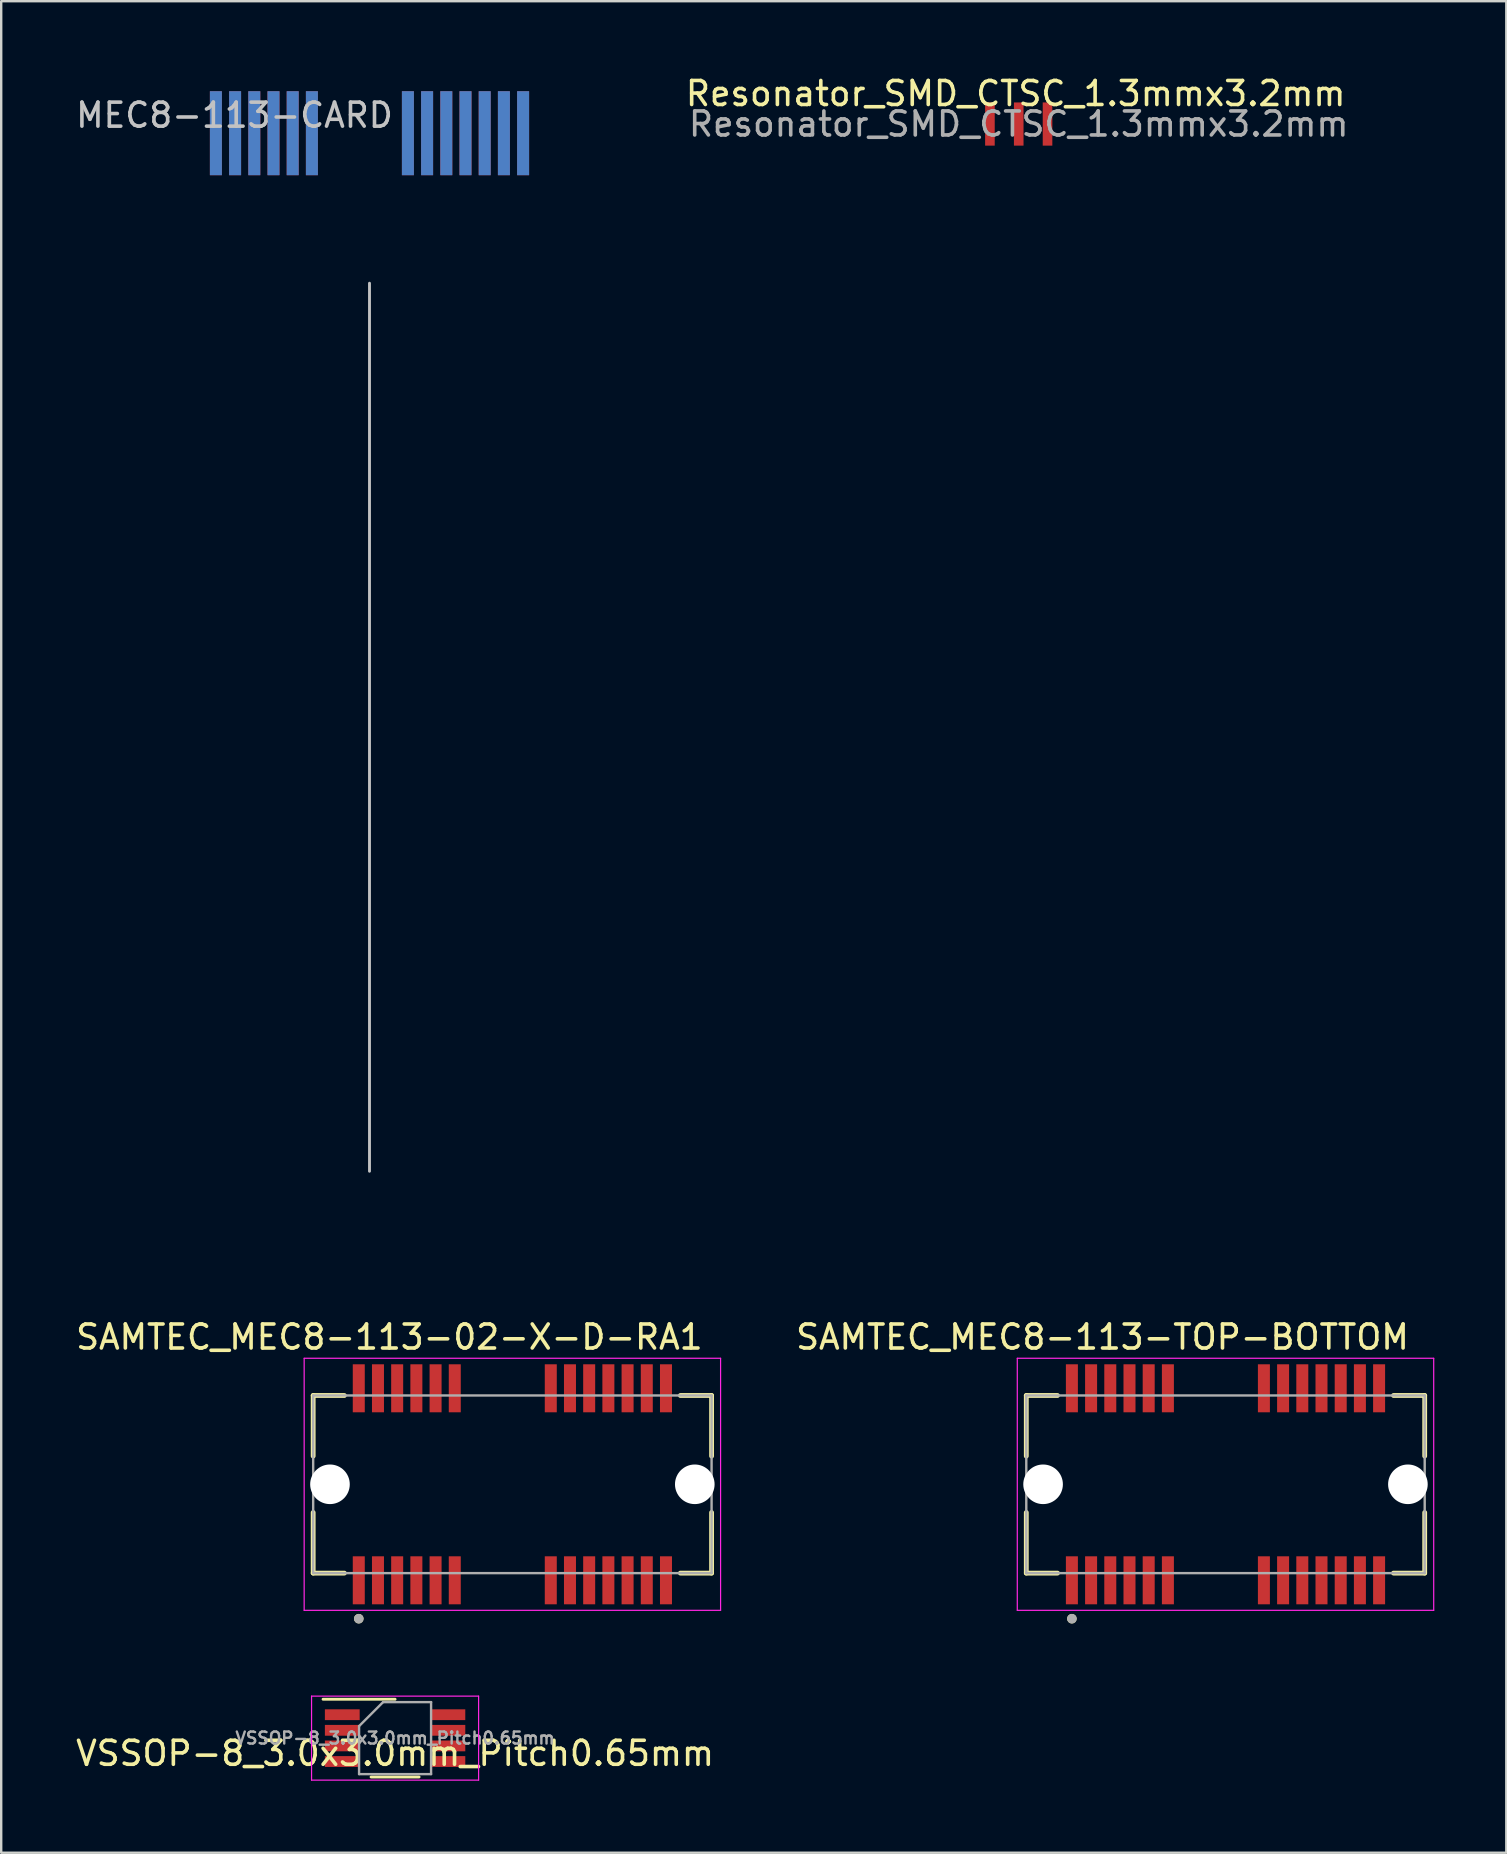
<source format=kicad_pcb>
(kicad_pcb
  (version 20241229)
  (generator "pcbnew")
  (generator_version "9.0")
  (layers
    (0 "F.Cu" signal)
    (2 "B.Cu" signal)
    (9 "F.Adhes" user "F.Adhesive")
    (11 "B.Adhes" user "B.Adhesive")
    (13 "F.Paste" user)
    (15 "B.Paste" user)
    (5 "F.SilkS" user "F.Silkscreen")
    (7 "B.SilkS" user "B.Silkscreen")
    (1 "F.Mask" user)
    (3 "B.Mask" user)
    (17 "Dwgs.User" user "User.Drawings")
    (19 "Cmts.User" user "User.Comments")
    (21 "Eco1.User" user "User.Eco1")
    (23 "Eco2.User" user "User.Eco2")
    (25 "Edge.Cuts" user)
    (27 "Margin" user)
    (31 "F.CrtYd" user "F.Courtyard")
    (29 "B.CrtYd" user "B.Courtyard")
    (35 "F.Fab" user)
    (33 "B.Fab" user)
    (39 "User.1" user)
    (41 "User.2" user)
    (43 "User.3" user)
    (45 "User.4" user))
  (footprint "SAMTEC_MEC8-113-TOP-BOTTOM"
    (layer "F.Cu")
    (at 48.01 58.793)
    (property "Reference" "SAMTEC_MEC8-113-TOP-BOTTOM" (at -5.125 -6.135 0) (layer "F.SilkS") (effects (font (size 1 1) (thickness 0.15))))
    (attr through_hole)
    (fp_line (start -8.3 -3.7) (end -8.3 -1.175) (stroke (width 0.2) (type solid)) (layer "F.SilkS"))
    (fp_line (start -8.3 1.175) (end -8.3 3.7) (stroke (width 0.2) (type solid)) (layer "F.SilkS"))
    (fp_line (start -8.3 3.7) (end -7 3.7) (stroke (width 0.2) (type solid)) (layer "F.SilkS"))
    (fp_line (start -7 -3.7) (end -8.3 -3.7) (stroke (width 0.2) (type solid)) (layer "F.SilkS"))
    (fp_line (start 7 3.7) (end 8.3 3.7) (stroke (width 0.2) (type solid)) (layer "F.SilkS"))
    (fp_line (start 8.3 -3.7) (end 7 -3.7) (stroke (width 0.2) (type solid)) (layer "F.SilkS"))
    (fp_line (start 8.3 -1.175) (end 8.3 -3.7) (stroke (width 0.2) (type solid)) (layer "F.SilkS"))
    (fp_line (start 8.3 3.7) (end 8.3 1.175) (stroke (width 0.2) (type solid)) (layer "F.SilkS"))
    (fp_circle (center -6.4 5.6) (end -6.3 5.6) (stroke (width 0.2) (type solid)) (fill no) (layer "F.SilkS"))
    (fp_line (start -8.675 -5.25) (end -8.675 5.25) (stroke (width 0.05) (type solid)) (layer "F.CrtYd"))
    (fp_line (start -8.675 5.25) (end 8.675 5.25) (stroke (width 0.05) (type solid)) (layer "F.CrtYd"))
    (fp_line (start 8.675 -5.25) (end -8.675 -5.25) (stroke (width 0.05) (type solid)) (layer "F.CrtYd"))
    (fp_line (start 8.675 5.25) (end 8.675 -5.25) (stroke (width 0.05) (type solid)) (layer "F.CrtYd"))
    (fp_line (start -8.3 -3.7) (end -8.3 3.7) (stroke (width 0.1) (type solid)) (layer "F.Fab"))
    (fp_line (start -8.3 3.7) (end 8.3 3.7) (stroke (width 0.1) (type solid)) (layer "F.Fab"))
    (fp_line (start 8.3 -3.7) (end -8.3 -3.7) (stroke (width 0.1) (type solid)) (layer "F.Fab"))
    (fp_line (start 8.3 3.7) (end 8.3 -3.7) (stroke (width 0.1) (type solid)) (layer "F.Fab"))
    (fp_circle (center -6.4 5.6) (end -6.3 5.6) (stroke (width 0.2) (type solid)) (fill no) (layer "F.Fab"))
    (pad "" np_thru_hole circle (at -7.6 0) (size 1.65 1.65) (drill 1.65) (layers "*.Cu" "*.Mask"))
    (pad "" np_thru_hole circle (at 7.6 0) (size 1.65 1.65) (drill 1.65) (layers "*.Cu" "*.Mask"))
    (pad "1" smd rect (at -6.4 4) (size 0.5 2) (layers "F.Cu" "F.Mask" "F.Paste"))
    (pad "2" smd rect (at -5.6 4) (size 0.5 2) (layers "F.Cu" "F.Mask" "F.Paste"))
    (pad "3" smd rect (at -4.8 4) (size 0.5 2) (layers "F.Cu" "F.Mask" "F.Paste"))
    (pad "4" smd rect (at -4 4) (size 0.5 2) (layers "F.Cu" "F.Mask" "F.Paste"))
    (pad "5" smd rect (at -3.2 4) (size 0.5 2) (layers "F.Cu" "F.Mask" "F.Paste"))
    (pad "6" smd rect (at -2.4 4) (size 0.5 2) (layers "F.Cu" "F.Mask" "F.Paste"))
    (pad "7" smd rect (at 1.6 4) (size 0.5 2) (layers "F.Cu" "F.Mask" "F.Paste"))
    (pad "8" smd rect (at 2.4 4) (size 0.5 2) (layers "F.Cu" "F.Mask" "F.Paste"))
    (pad "9" smd rect (at 3.2 4) (size 0.5 2) (layers "F.Cu" "F.Mask" "F.Paste"))
    (pad "10" smd rect (at 4 4) (size 0.5 2) (layers "F.Cu" "F.Mask" "F.Paste"))
    (pad "11" smd rect (at 4.8 4) (size 0.5 2) (layers "F.Cu" "F.Mask" "F.Paste"))
    (pad "12" smd rect (at 5.6 4) (size 0.5 2) (layers "F.Cu" "F.Mask" "F.Paste"))
    (pad "13" smd rect (at 6.4 4) (size 0.5 2) (layers "F.Cu" "F.Mask" "F.Paste"))
    (pad "14" smd rect (at -6.4 -4) (size 0.5 2) (layers "F.Cu" "F.Mask" "F.Paste"))
    (pad "15" smd rect (at -5.6 -4) (size 0.5 2) (layers "F.Cu" "F.Mask" "F.Paste"))
    (pad "16" smd rect (at -4.8 -4) (size 0.5 2) (layers "F.Cu" "F.Mask" "F.Paste"))
    (pad "17" smd rect (at -4 -4) (size 0.5 2) (layers "F.Cu" "F.Mask" "F.Paste"))
    (pad "18" smd rect (at -3.2 -4) (size 0.5 2) (layers "F.Cu" "F.Mask" "F.Paste"))
    (pad "19" smd rect (at -2.4 -4) (size 0.5 2) (layers "F.Cu" "F.Mask" "F.Paste"))
    (pad "20" smd rect (at 1.6 -4) (size 0.5 2) (layers "F.Cu" "F.Mask" "F.Paste"))
    (pad "21" smd rect (at 2.4 -4) (size 0.5 2) (layers "F.Cu" "F.Mask" "F.Paste"))
    (pad "22" smd rect (at 3.2 -4) (size 0.5 2) (layers "F.Cu" "F.Mask" "F.Paste"))
    (pad "23" smd rect (at 4 -4) (size 0.5 2) (layers "F.Cu" "F.Mask" "F.Paste"))
    (pad "24" smd rect (at 4.8 -4) (size 0.5 2) (layers "F.Cu" "F.Mask" "F.Paste"))
    (pad "25" smd rect (at 5.6 -4) (size 0.5 2) (layers "F.Cu" "F.Mask" "F.Paste"))
    (pad "26" smd rect (at 6.4 -4) (size 0.5 2) (layers "F.Cu" "F.Mask" "F.Paste")))
  (footprint "MEC8-113-CARD"
    (layer "F.Cu")
    (at 2.345 0.25)
    (property "Reference" "MEC8-113-CARD" (at 4.375 1.5 0) (layer "Dwgs.User") (effects (font (size 1 1) (thickness 0.15))))
    (attr through_hole)
    (fp_line (start 10 8.5) (end 10 45.5) (stroke (width 0.12) (type solid)) (layer "Dwgs.User"))
    (fp_line (start 0 47.5) (end 0 7.5) (stroke (width 0.12) (type solid)) (layer "Eco2.User"))
    (fp_line (start 1 6.5) (end 1.5 6.5) (stroke (width 0.12) (type solid)) (layer "Eco2.User"))
    (fp_line (start 2.5 0.5) (end 2.5 5.5) (stroke (width 0.12) (type solid)) (layer "Eco2.User"))
    (fp_line (start 3 0) (end 7.9 0) (stroke (width 0.12) (type solid)) (layer "Eco2.User"))
    (fp_line (start 8.4 0.5) (end 8.4 5.5) (stroke (width 0.12) (type solid)) (layer "Eco2.User"))
    (fp_line (start 8.5 48.5) (end 1 48.5) (stroke (width 0.12) (type solid)) (layer "Eco2.User"))
    (fp_line (start 9.4 6.5) (end 9.8 6.5) (stroke (width 0.12) (type solid)) (layer "Eco2.User"))
    (fp_line (start 10.8 5.5) (end 10.8 0.5) (stroke (width 0.12) (type solid)) (layer "Eco2.User"))
    (fp_line (start 11.5 48.5) (end 19 48.5) (stroke (width 0.12) (type solid)) (layer "Eco2.User"))
    (fp_line (start 17 0) (end 11.3 0) (stroke (width 0.12) (type solid)) (layer "Eco2.User"))
    (fp_line (start 17.5 0.5) (end 17.5 5.5) (stroke (width 0.12) (type solid)) (layer "Eco2.User"))
    (fp_line (start 18.5 6.5) (end 19 6.5) (stroke (width 0.12) (type solid)) (layer "Eco2.User"))
    (fp_line (start 20 7.5) (end 20 47.5) (stroke (width 0.12) (type solid)) (layer "Eco2.User"))
    (fp_arc (start 0 7.5) (mid 0.292893 6.792893) (end 1 6.5) (stroke (width 0.12) (type solid)) (layer "Eco2.User"))
    (fp_arc (start 1 48.5) (mid 0.292893 48.207107) (end 0 47.5) (stroke (width 0.12) (type solid)) (layer "Eco2.User"))
    (fp_arc (start 2.5 0.5) (mid 2.646447 0.146447) (end 3 0) (stroke (width 0.12) (type solid)) (layer "Eco2.User"))
    (fp_arc (start 2.5 5.5) (mid 2.207107 6.207107) (end 1.5 6.5) (stroke (width 0.12) (type solid)) (layer "Eco2.User"))
    (fp_arc (start 7.9 0) (mid 8.253553 0.146447) (end 8.4 0.5) (stroke (width 0.12) (type solid)) (layer "Eco2.User"))
    (fp_arc (start 8.5 48.5) (mid 10 47) (end 11.5 48.5) (stroke (width 0.12) (type solid)) (layer "Eco2.User"))
    (fp_arc (start 9.4 6.5) (mid 8.692893 6.207107) (end 8.4 5.5) (stroke (width 0.12) (type solid)) (layer "Eco2.User"))
    (fp_arc (start 10.8 0.5) (mid 10.946447 0.146447) (end 11.3 0) (stroke (width 0.12) (type solid)) (layer "Eco2.User"))
    (fp_arc (start 10.8 5.5) (mid 10.507107 6.207107) (end 9.8 6.5) (stroke (width 0.12) (type solid)) (layer "Eco2.User"))
    (fp_arc (start 17 0) (mid 17.353553 0.146447) (end 17.5 0.5) (stroke (width 0.12) (type solid)) (layer "Eco2.User"))
    (fp_arc (start 18.5 6.5) (mid 17.792893 6.207107) (end 17.5 5.5) (stroke (width 0.12) (type solid)) (layer "Eco2.User"))
    (fp_arc (start 19 6.5) (mid 19.707107 6.792893) (end 20 7.5) (stroke (width 0.12) (type solid)) (layer "Eco2.User"))
    (fp_arc (start 20 47.5) (mid 19.707107 48.207107) (end 19 48.5) (stroke (width 0.12) (type solid)) (layer "Eco2.User"))
    (pad "1" smd rect (at 3.6 2.25) (size 0.5 3.5) (layers "B.Cu" "B.Mask" "B.Paste"))
    (pad "2" smd rect (at 4.4 2.25) (size 0.5 3.5) (layers "B.Cu" "B.Mask" "B.Paste"))
    (pad "3" smd rect (at 5.2 2.25) (size 0.5 3.5) (layers "B.Cu" "B.Mask" "B.Paste"))
    (pad "4" smd rect (at 6 2.25) (size 0.5 3.5) (layers "B.Cu" "B.Mask" "B.Paste"))
    (pad "5" smd rect (at 6.8 2.25) (size 0.5 3.5) (layers "B.Cu" "B.Mask" "B.Paste"))
    (pad "6" smd rect (at 7.6 2.25) (size 0.5 3.5) (layers "B.Cu" "B.Mask" "B.Paste"))
    (pad "7" smd rect (at 11.6 2.25) (size 0.5 3.5) (layers "B.Cu" "B.Mask" "B.Paste"))
    (pad "8" smd rect (at 12.4 2.25) (size 0.5 3.5) (layers "B.Cu" "B.Mask" "B.Paste"))
    (pad "9" smd rect (at 13.2 2.25) (size 0.5 3.5) (layers "B.Cu" "B.Mask" "B.Paste"))
    (pad "10" smd rect (at 14 2.25) (size 0.5 3.5) (layers "B.Cu" "B.Mask" "B.Paste"))
    (pad "11" smd rect (at 14.8 2.25) (size 0.5 3.5) (layers "B.Cu" "B.Mask" "B.Paste"))
    (pad "12" smd rect (at 15.6 2.25) (size 0.5 3.5) (layers "B.Cu" "B.Mask" "B.Paste"))
    (pad "13" smd rect (at 16.4 2.25) (size 0.5 3.5) (layers "B.Cu" "B.Mask" "B.Paste"))
    (pad "14" smd rect (at 3.6 2.25) (size 0.5 3.5) (layers "F.Cu" "F.Mask" "F.Paste"))
    (pad "15" smd rect (at 4.4 2.25) (size 0.5 3.5) (layers "F.Cu" "F.Mask" "F.Paste"))
    (pad "16" smd rect (at 5.2 2.25) (size 0.5 3.5) (layers "F.Cu" "F.Mask" "F.Paste"))
    (pad "17" smd rect (at 6 2.25) (size 0.5 3.5) (layers "F.Cu" "F.Mask" "F.Paste"))
    (pad "18" smd rect (at 6.8 2.25) (size 0.5 3.5) (layers "F.Cu" "F.Mask" "F.Paste"))
    (pad "19" smd rect (at 7.6 2.25) (size 0.5 3.5) (layers "F.Cu" "F.Mask" "F.Paste"))
    (pad "20" smd rect (at 11.6 2.25) (size 0.5 3.5) (layers "F.Cu" "F.Mask" "F.Paste"))
    (pad "21" smd rect (at 12.4 2.25) (size 0.5 3.5) (layers "F.Cu" "F.Mask" "F.Paste"))
    (pad "22" smd rect (at 13.2 2.25) (size 0.5 3.5) (layers "F.Cu" "F.Mask" "F.Paste"))
    (pad "23" smd rect (at 14 2.25) (size 0.5 3.5) (layers "F.Cu" "F.Mask" "F.Paste"))
    (pad "24" smd rect (at 14.8 2.25) (size 0.5 3.5) (layers "F.Cu" "F.Mask" "F.Paste"))
    (pad "25" smd rect (at 15.6 2.25) (size 0.5 3.5) (layers "F.Cu" "F.Mask" "F.Paste"))
    (pad "26" smd rect (at 16.4 2.25) (size 0.5 3.5) (layers "F.Cu" "F.Mask" "F.Paste")))
  (footprint "SAMTEC_MEC8-113-02-X-D-RA1"
    (layer "F.Cu")
    (at 18.298 58.793)
    (property "Reference" "SAMTEC_MEC8-113-02-X-D-RA1" (at -5.125 -6.135 0) (layer "F.SilkS") (effects (font (size 1 1) (thickness 0.15))))
    (attr through_hole)
    (fp_line (start -8.3 -3.7) (end -8.3 -1.175) (stroke (width 0.2) (type solid)) (layer "F.SilkS"))
    (fp_line (start -8.3 1.175) (end -8.3 3.7) (stroke (width 0.2) (type solid)) (layer "F.SilkS"))
    (fp_line (start -8.3 3.7) (end -7 3.7) (stroke (width 0.2) (type solid)) (layer "F.SilkS"))
    (fp_line (start -7 -3.7) (end -8.3 -3.7) (stroke (width 0.2) (type solid)) (layer "F.SilkS"))
    (fp_line (start 7 3.7) (end 8.3 3.7) (stroke (width 0.2) (type solid)) (layer "F.SilkS"))
    (fp_line (start 8.3 -3.7) (end 7 -3.7) (stroke (width 0.2) (type solid)) (layer "F.SilkS"))
    (fp_line (start 8.3 -1.175) (end 8.3 -3.7) (stroke (width 0.2) (type solid)) (layer "F.SilkS"))
    (fp_line (start 8.3 3.7) (end 8.3 1.175) (stroke (width 0.2) (type solid)) (layer "F.SilkS"))
    (fp_circle (center -6.4 5.6) (end -6.3 5.6) (stroke (width 0.2) (type solid)) (fill no) (layer "F.SilkS"))
    (fp_line (start -8.675 -5.25) (end -8.675 5.25) (stroke (width 0.05) (type solid)) (layer "F.CrtYd"))
    (fp_line (start -8.675 5.25) (end 8.675 5.25) (stroke (width 0.05) (type solid)) (layer "F.CrtYd"))
    (fp_line (start 8.675 -5.25) (end -8.675 -5.25) (stroke (width 0.05) (type solid)) (layer "F.CrtYd"))
    (fp_line (start 8.675 5.25) (end 8.675 -5.25) (stroke (width 0.05) (type solid)) (layer "F.CrtYd"))
    (fp_line (start -8.3 -3.7) (end -8.3 3.7) (stroke (width 0.1) (type solid)) (layer "F.Fab"))
    (fp_line (start -8.3 3.7) (end 8.3 3.7) (stroke (width 0.1) (type solid)) (layer "F.Fab"))
    (fp_line (start 8.3 -3.7) (end -8.3 -3.7) (stroke (width 0.1) (type solid)) (layer "F.Fab"))
    (fp_line (start 8.3 3.7) (end 8.3 -3.7) (stroke (width 0.1) (type solid)) (layer "F.Fab"))
    (fp_circle (center -6.4 5.6) (end -6.3 5.6) (stroke (width 0.2) (type solid)) (fill no) (layer "F.Fab"))
    (pad "" np_thru_hole circle (at -7.6 0) (size 1.65 1.65) (drill 1.65) (layers "*.Cu" "*.Mask"))
    (pad "" np_thru_hole circle (at 7.6 0) (size 1.65 1.65) (drill 1.65) (layers "*.Cu" "*.Mask"))
    (pad "1" smd rect (at -6.4 4) (size 0.5 2) (layers "F.Cu" "F.Mask" "F.Paste"))
    (pad "2" smd rect (at -6.4 -4) (size 0.5 2) (layers "F.Cu" "F.Mask" "F.Paste"))
    (pad "3" smd rect (at -5.6 4) (size 0.5 2) (layers "F.Cu" "F.Mask" "F.Paste"))
    (pad "4" smd rect (at -5.6 -4) (size 0.5 2) (layers "F.Cu" "F.Mask" "F.Paste"))
    (pad "5" smd rect (at -4.8 4) (size 0.5 2) (layers "F.Cu" "F.Mask" "F.Paste"))
    (pad "6" smd rect (at -4.8 -4) (size 0.5 2) (layers "F.Cu" "F.Mask" "F.Paste"))
    (pad "7" smd rect (at -4 4) (size 0.5 2) (layers "F.Cu" "F.Mask" "F.Paste"))
    (pad "8" smd rect (at -4 -4) (size 0.5 2) (layers "F.Cu" "F.Mask" "F.Paste"))
    (pad "9" smd rect (at -3.2 4) (size 0.5 2) (layers "F.Cu" "F.Mask" "F.Paste"))
    (pad "10" smd rect (at -3.2 -4) (size 0.5 2) (layers "F.Cu" "F.Mask" "F.Paste"))
    (pad "11" smd rect (at -2.4 4) (size 0.5 2) (layers "F.Cu" "F.Mask" "F.Paste"))
    (pad "12" smd rect (at -2.4 -4) (size 0.5 2) (layers "F.Cu" "F.Mask" "F.Paste"))
    (pad "13" smd rect (at 1.6 4) (size 0.5 2) (layers "F.Cu" "F.Mask" "F.Paste"))
    (pad "14" smd rect (at 1.6 -4) (size 0.5 2) (layers "F.Cu" "F.Mask" "F.Paste"))
    (pad "15" smd rect (at 2.4 4) (size 0.5 2) (layers "F.Cu" "F.Mask" "F.Paste"))
    (pad "16" smd rect (at 2.4 -4) (size 0.5 2) (layers "F.Cu" "F.Mask" "F.Paste"))
    (pad "17" smd rect (at 3.2 4) (size 0.5 2) (layers "F.Cu" "F.Mask" "F.Paste"))
    (pad "18" smd rect (at 3.2 -4) (size 0.5 2) (layers "F.Cu" "F.Mask" "F.Paste"))
    (pad "19" smd rect (at 4 4) (size 0.5 2) (layers "F.Cu" "F.Mask" "F.Paste"))
    (pad "20" smd rect (at 4 -4) (size 0.5 2) (layers "F.Cu" "F.Mask" "F.Paste"))
    (pad "21" smd rect (at 4.8 4) (size 0.5 2) (layers "F.Cu" "F.Mask" "F.Paste"))
    (pad "22" smd rect (at 4.8 -4) (size 0.5 2) (layers "F.Cu" "F.Mask" "F.Paste"))
    (pad "23" smd rect (at 5.6 4) (size 0.5 2) (layers "F.Cu" "F.Mask" "F.Paste"))
    (pad "24" smd rect (at 5.6 -4) (size 0.5 2) (layers "F.Cu" "F.Mask" "F.Paste"))
    (pad "25" smd rect (at 6.4 4) (size 0.5 2) (layers "F.Cu" "F.Mask" "F.Paste"))
    (pad "26" smd rect (at 6.4 -4) (size 0.5 2) (layers "F.Cu" "F.Mask" "F.Paste")))
  (footprint "Resonator_SMD_CTSC_1.3mmx3.2mm"
    (layer "F.Cu")
    (at 39.395 2.118)
    (property "Reference" "Resonator_SMD_CTSC_1.3mmx3.2mm" (at -0.127 -1.27 0) (layer "F.SilkS") (effects (font (size 1 1) (thickness 0.15))))
    (attr smd)
    (fp_text user "${REFERENCE}" (at 0 0 0) (layer "F.Fab") (effects (font (size 1 1) (thickness 0.15))))
    (pad "1" smd rect (at -1.2 0) (size 0.4 1.8) (layers "F.Cu" "F.Mask" "F.Paste"))
    (pad "2" smd rect (at 0 0) (size 0.4 1.8) (layers "F.Cu" "F.Mask" "F.Paste"))
    (pad "3" smd rect (at 1.2 0) (size 0.4 1.8) (layers "F.Cu" "F.Mask" "F.Paste")))
  (footprint "VSSOP-8_3.0x3.0mm_Pitch0.65mm"
    (layer "F.Cu")
    (at 13.411 69.368)
    (property "Reference" "VSSOP-8_3.0x3.0mm_Pitch0.65mm" (at 0 0.635 0) (layer "F.SilkS") (effects (font (size 1 1) (thickness 0.15))))
    (attr smd)
    (fp_line (start 0 -1.62) (end -3 -1.62) (stroke (width 0.12) (type solid)) (layer "F.SilkS"))
    (fp_line (start 1 1.62) (end -1 1.62) (stroke (width 0.12) (type solid)) (layer "F.SilkS"))
    (fp_line (start -3.48 -1.75) (end 3.48 -1.75) (stroke (width 0.05) (type solid)) (layer "F.CrtYd"))
    (fp_line (start -3.48 1.75) (end -3.48 -1.75) (stroke (width 0.05) (type solid)) (layer "F.CrtYd"))
    (fp_line (start 3.48 -1.75) (end 3.48 1.75) (stroke (width 0.05) (type solid)) (layer "F.CrtYd"))
    (fp_line (start 3.48 1.75) (end -3.48 1.75) (stroke (width 0.05) (type solid)) (layer "F.CrtYd"))
    (fp_line (start -1.5 1.5) (end -1.5 -0.5) (stroke (width 0.1) (type solid)) (layer "F.Fab"))
    (fp_line (start -0.5 -1.5) (end -1.5 -0.5) (stroke (width 0.1) (type solid)) (layer "F.Fab"))
    (fp_line (start -0.5 -1.5) (end 1.5 -1.5) (stroke (width 0.1) (type solid)) (layer "F.Fab"))
    (fp_line (start 1.5 -1.5) (end 1.5 1.5) (stroke (width 0.1) (type solid)) (layer "F.Fab"))
    (fp_line (start 1.5 1.5) (end -1.5 1.5) (stroke (width 0.1) (type solid)) (layer "F.Fab"))
    (fp_text user "${REFERENCE}" (at 0 0 0) (layer "F.Fab") (effects (font (size 0.5 0.5) (thickness 0.1))))
    (pad "1" smd rect (at -2.2 -0.975 270) (size 0.45 1.45) (layers "F.Cu" "F.Mask" "F.Paste"))
    (pad "2" smd rect (at -2.2 -0.325 270) (size 0.45 1.45) (layers "F.Cu" "F.Mask" "F.Paste"))
    (pad "3" smd rect (at -2.2 0.325 270) (size 0.45 1.45) (layers "F.Cu" "F.Mask" "F.Paste"))
    (pad "4" smd rect (at -2.2 0.975 270) (size 0.45 1.45) (layers "F.Cu" "F.Mask" "F.Paste"))
    (pad "5" smd rect (at 2.2 0.975 270) (size 0.45 1.45) (layers "F.Cu" "F.Mask" "F.Paste"))
    (pad "6" smd rect (at 2.2 0.325 270) (size 0.45 1.45) (layers "F.Cu" "F.Mask" "F.Paste"))
    (pad "7" smd rect (at 2.2 -0.325 270) (size 0.45 1.45) (layers "F.Cu" "F.Mask" "F.Paste"))
    (pad "8" smd rect (at 2.2 -0.975 270) (size 0.45 1.45) (layers "F.Cu" "F.Mask" "F.Paste")))
  (gr_rect
    (start -3 -3)
    (end 59.71 74.143)
    (stroke (width 0.1) (type default))
    (fill no)
    (layer "Edge.Cuts")))
</source>
